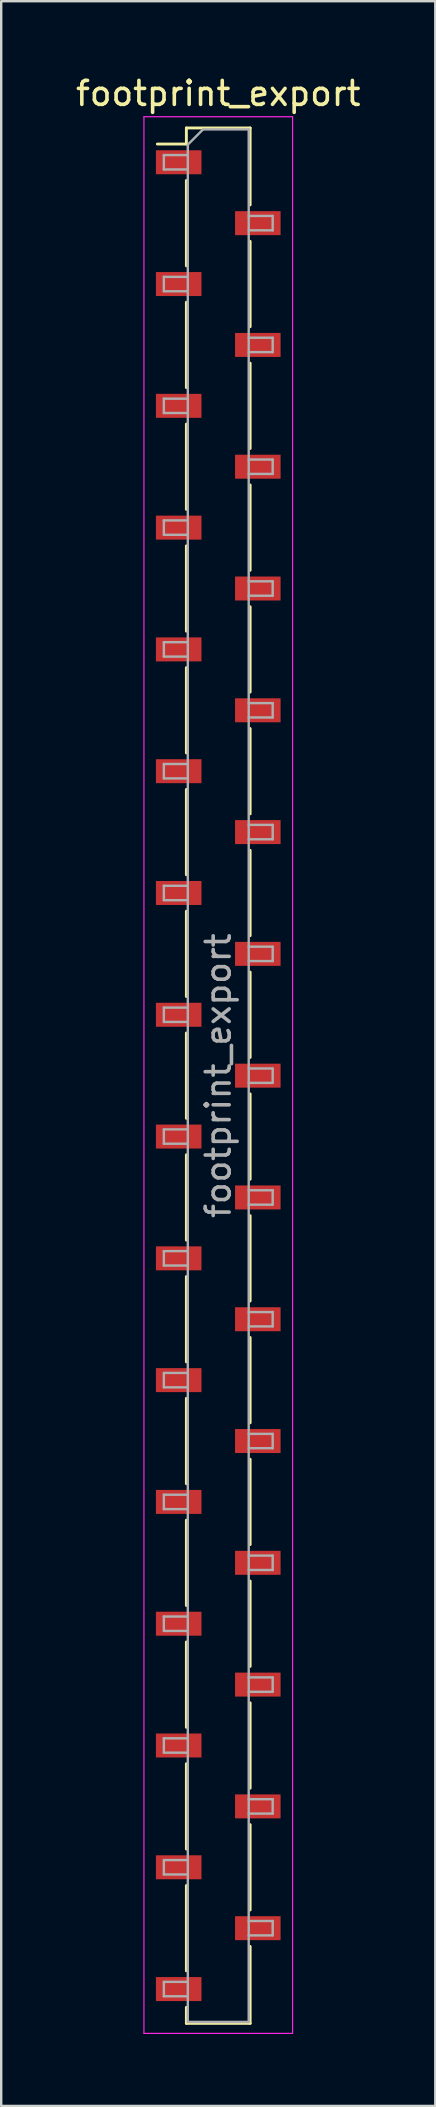
<source format=kicad_pcb>
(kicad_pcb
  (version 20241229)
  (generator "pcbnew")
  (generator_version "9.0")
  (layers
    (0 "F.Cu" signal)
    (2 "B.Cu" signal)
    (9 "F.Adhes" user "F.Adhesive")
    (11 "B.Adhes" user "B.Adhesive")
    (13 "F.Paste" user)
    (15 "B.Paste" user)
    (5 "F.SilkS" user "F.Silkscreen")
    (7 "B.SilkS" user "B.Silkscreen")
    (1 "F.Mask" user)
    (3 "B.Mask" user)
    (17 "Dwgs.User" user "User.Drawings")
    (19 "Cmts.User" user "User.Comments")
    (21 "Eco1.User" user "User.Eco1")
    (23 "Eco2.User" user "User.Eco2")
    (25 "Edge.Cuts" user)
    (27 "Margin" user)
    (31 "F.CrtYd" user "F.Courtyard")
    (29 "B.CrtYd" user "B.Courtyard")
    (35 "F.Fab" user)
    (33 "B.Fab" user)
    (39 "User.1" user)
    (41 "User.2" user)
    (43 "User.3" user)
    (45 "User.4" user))
  (footprint "footprint_export"
    (layer "F.Cu")
    (at 6.054 41.818)
    (property "Reference" "footprint_export" (at 0 -40.97 0) (layer "F.SilkS") (effects (font (size 1 1) (thickness 0.15))))
    (attr smd)
    (fp_line (start -2.54 -38.86) (end -1.33 -38.86) (stroke (width 0.12) (type solid)) (layer "F.SilkS"))
    (fp_line (start -1.33 -39.53) (end -1.33 -38.86) (stroke (width 0.12) (type solid)) (layer "F.SilkS"))
    (fp_line (start -1.33 -39.53) (end 1.33 -39.53) (stroke (width 0.12) (type solid)) (layer "F.SilkS"))
    (fp_line (start -1.33 -37.34) (end -1.33 -33.78) (stroke (width 0.12) (type solid)) (layer "F.SilkS"))
    (fp_line (start -1.33 -32.26) (end -1.33 -28.7) (stroke (width 0.12) (type solid)) (layer "F.SilkS"))
    (fp_line (start -1.33 -27.18) (end -1.33 -23.62) (stroke (width 0.12) (type solid)) (layer "F.SilkS"))
    (fp_line (start -1.33 -22.1) (end -1.33 -18.54) (stroke (width 0.12) (type solid)) (layer "F.SilkS"))
    (fp_line (start -1.33 -17.02) (end -1.33 -13.46) (stroke (width 0.12) (type solid)) (layer "F.SilkS"))
    (fp_line (start -1.33 -11.94) (end -1.33 -8.38) (stroke (width 0.12) (type solid)) (layer "F.SilkS"))
    (fp_line (start -1.33 -6.86) (end -1.33 -3.3) (stroke (width 0.12) (type solid)) (layer "F.SilkS"))
    (fp_line (start -1.33 -1.78) (end -1.33 1.78) (stroke (width 0.12) (type solid)) (layer "F.SilkS"))
    (fp_line (start -1.33 3.3) (end -1.33 6.86) (stroke (width 0.12) (type solid)) (layer "F.SilkS"))
    (fp_line (start -1.33 8.38) (end -1.33 11.94) (stroke (width 0.12) (type solid)) (layer "F.SilkS"))
    (fp_line (start -1.33 13.46) (end -1.33 17.02) (stroke (width 0.12) (type solid)) (layer "F.SilkS"))
    (fp_line (start -1.33 18.54) (end -1.33 22.1) (stroke (width 0.12) (type solid)) (layer "F.SilkS"))
    (fp_line (start -1.33 23.62) (end -1.33 27.18) (stroke (width 0.12) (type solid)) (layer "F.SilkS"))
    (fp_line (start -1.33 28.7) (end -1.33 32.26) (stroke (width 0.12) (type solid)) (layer "F.SilkS"))
    (fp_line (start -1.33 33.78) (end -1.33 37.34) (stroke (width 0.12) (type solid)) (layer "F.SilkS"))
    (fp_line (start -1.33 38.86) (end -1.33 39.53) (stroke (width 0.12) (type solid)) (layer "F.SilkS"))
    (fp_line (start -1.33 39.53) (end 1.33 39.53) (stroke (width 0.12) (type solid)) (layer "F.SilkS"))
    (fp_line (start 1.33 -39.53) (end 1.33 -36.32) (stroke (width 0.12) (type solid)) (layer "F.SilkS"))
    (fp_line (start 1.33 -34.8) (end 1.33 -31.24) (stroke (width 0.12) (type solid)) (layer "F.SilkS"))
    (fp_line (start 1.33 -29.72) (end 1.33 -26.16) (stroke (width 0.12) (type solid)) (layer "F.SilkS"))
    (fp_line (start 1.33 -24.64) (end 1.33 -21.08) (stroke (width 0.12) (type solid)) (layer "F.SilkS"))
    (fp_line (start 1.33 -19.56) (end 1.33 -16) (stroke (width 0.12) (type solid)) (layer "F.SilkS"))
    (fp_line (start 1.33 -14.48) (end 1.33 -10.92) (stroke (width 0.12) (type solid)) (layer "F.SilkS"))
    (fp_line (start 1.33 -9.4) (end 1.33 -5.84) (stroke (width 0.12) (type solid)) (layer "F.SilkS"))
    (fp_line (start 1.33 -4.32) (end 1.33 -0.76) (stroke (width 0.12) (type solid)) (layer "F.SilkS"))
    (fp_line (start 1.33 0.76) (end 1.33 4.32) (stroke (width 0.12) (type solid)) (layer "F.SilkS"))
    (fp_line (start 1.33 5.84) (end 1.33 9.4) (stroke (width 0.12) (type solid)) (layer "F.SilkS"))
    (fp_line (start 1.33 10.92) (end 1.33 14.48) (stroke (width 0.12) (type solid)) (layer "F.SilkS"))
    (fp_line (start 1.33 16) (end 1.33 19.56) (stroke (width 0.12) (type solid)) (layer "F.SilkS"))
    (fp_line (start 1.33 21.08) (end 1.33 24.64) (stroke (width 0.12) (type solid)) (layer "F.SilkS"))
    (fp_line (start 1.33 26.16) (end 1.33 29.72) (stroke (width 0.12) (type solid)) (layer "F.SilkS"))
    (fp_line (start 1.33 31.24) (end 1.33 34.8) (stroke (width 0.12) (type solid)) (layer "F.SilkS"))
    (fp_line (start 1.33 36.32) (end 1.33 39.53) (stroke (width 0.12) (type solid)) (layer "F.SilkS"))
    (fp_line (start -3.1 -40) (end 3.1 -40) (stroke (width 0.05) (type solid)) (layer "F.CrtYd"))
    (fp_line (start -3.1 39.95) (end -3.1 -40) (stroke (width 0.05) (type solid)) (layer "F.CrtYd"))
    (fp_line (start 3.1 -40) (end 3.1 39.95) (stroke (width 0.05) (type solid)) (layer "F.CrtYd"))
    (fp_line (start 3.1 39.95) (end -3.1 39.95) (stroke (width 0.05) (type solid)) (layer "F.CrtYd"))
    (fp_line (start -2.27 -38.4) (end -1.27 -38.4) (stroke (width 0.1) (type solid)) (layer "F.Fab"))
    (fp_line (start -2.27 -37.8) (end -2.27 -38.4) (stroke (width 0.1) (type solid)) (layer "F.Fab"))
    (fp_line (start -2.27 -33.32) (end -1.27 -33.32) (stroke (width 0.1) (type solid)) (layer "F.Fab"))
    (fp_line (start -2.27 -32.72) (end -2.27 -33.32) (stroke (width 0.1) (type solid)) (layer "F.Fab"))
    (fp_line (start -2.27 -28.24) (end -1.27 -28.24) (stroke (width 0.1) (type solid)) (layer "F.Fab"))
    (fp_line (start -2.27 -27.64) (end -2.27 -28.24) (stroke (width 0.1) (type solid)) (layer "F.Fab"))
    (fp_line (start -2.27 -23.16) (end -1.27 -23.16) (stroke (width 0.1) (type solid)) (layer "F.Fab"))
    (fp_line (start -2.27 -22.56) (end -2.27 -23.16) (stroke (width 0.1) (type solid)) (layer "F.Fab"))
    (fp_line (start -2.27 -18.08) (end -1.27 -18.08) (stroke (width 0.1) (type solid)) (layer "F.Fab"))
    (fp_line (start -2.27 -17.48) (end -2.27 -18.08) (stroke (width 0.1) (type solid)) (layer "F.Fab"))
    (fp_line (start -2.27 -13) (end -1.27 -13) (stroke (width 0.1) (type solid)) (layer "F.Fab"))
    (fp_line (start -2.27 -12.4) (end -2.27 -13) (stroke (width 0.1) (type solid)) (layer "F.Fab"))
    (fp_line (start -2.27 -7.92) (end -1.27 -7.92) (stroke (width 0.1) (type solid)) (layer "F.Fab"))
    (fp_line (start -2.27 -7.32) (end -2.27 -7.92) (stroke (width 0.1) (type solid)) (layer "F.Fab"))
    (fp_line (start -2.27 -2.84) (end -1.27 -2.84) (stroke (width 0.1) (type solid)) (layer "F.Fab"))
    (fp_line (start -2.27 -2.24) (end -2.27 -2.84) (stroke (width 0.1) (type solid)) (layer "F.Fab"))
    (fp_line (start -2.27 2.24) (end -1.27 2.24) (stroke (width 0.1) (type solid)) (layer "F.Fab"))
    (fp_line (start -2.27 2.84) (end -2.27 2.24) (stroke (width 0.1) (type solid)) (layer "F.Fab"))
    (fp_line (start -2.27 7.32) (end -1.27 7.32) (stroke (width 0.1) (type solid)) (layer "F.Fab"))
    (fp_line (start -2.27 7.92) (end -2.27 7.32) (stroke (width 0.1) (type solid)) (layer "F.Fab"))
    (fp_line (start -2.27 12.4) (end -1.27 12.4) (stroke (width 0.1) (type solid)) (layer "F.Fab"))
    (fp_line (start -2.27 13) (end -2.27 12.4) (stroke (width 0.1) (type solid)) (layer "F.Fab"))
    (fp_line (start -2.27 17.48) (end -1.27 17.48) (stroke (width 0.1) (type solid)) (layer "F.Fab"))
    (fp_line (start -2.27 18.08) (end -2.27 17.48) (stroke (width 0.1) (type solid)) (layer "F.Fab"))
    (fp_line (start -2.27 22.56) (end -1.27 22.56) (stroke (width 0.1) (type solid)) (layer "F.Fab"))
    (fp_line (start -2.27 23.16) (end -2.27 22.56) (stroke (width 0.1) (type solid)) (layer "F.Fab"))
    (fp_line (start -2.27 27.64) (end -1.27 27.64) (stroke (width 0.1) (type solid)) (layer "F.Fab"))
    (fp_line (start -2.27 28.24) (end -2.27 27.64) (stroke (width 0.1) (type solid)) (layer "F.Fab"))
    (fp_line (start -2.27 32.72) (end -1.27 32.72) (stroke (width 0.1) (type solid)) (layer "F.Fab"))
    (fp_line (start -2.27 33.32) (end -2.27 32.72) (stroke (width 0.1) (type solid)) (layer "F.Fab"))
    (fp_line (start -2.27 37.8) (end -1.27 37.8) (stroke (width 0.1) (type solid)) (layer "F.Fab"))
    (fp_line (start -2.27 38.4) (end -2.27 37.8) (stroke (width 0.1) (type solid)) (layer "F.Fab"))
    (fp_line (start -1.27 -38.835) (end -0.635 -39.47) (stroke (width 0.1) (type solid)) (layer "F.Fab"))
    (fp_line (start -1.27 -37.8) (end -2.27 -37.8) (stroke (width 0.1) (type solid)) (layer "F.Fab"))
    (fp_line (start -1.27 -32.72) (end -2.27 -32.72) (stroke (width 0.1) (type solid)) (layer "F.Fab"))
    (fp_line (start -1.27 -27.64) (end -2.27 -27.64) (stroke (width 0.1) (type solid)) (layer "F.Fab"))
    (fp_line (start -1.27 -22.56) (end -2.27 -22.56) (stroke (width 0.1) (type solid)) (layer "F.Fab"))
    (fp_line (start -1.27 -17.48) (end -2.27 -17.48) (stroke (width 0.1) (type solid)) (layer "F.Fab"))
    (fp_line (start -1.27 -12.4) (end -2.27 -12.4) (stroke (width 0.1) (type solid)) (layer "F.Fab"))
    (fp_line (start -1.27 -7.32) (end -2.27 -7.32) (stroke (width 0.1) (type solid)) (layer "F.Fab"))
    (fp_line (start -1.27 -2.24) (end -2.27 -2.24) (stroke (width 0.1) (type solid)) (layer "F.Fab"))
    (fp_line (start -1.27 2.84) (end -2.27 2.84) (stroke (width 0.1) (type solid)) (layer "F.Fab"))
    (fp_line (start -1.27 7.92) (end -2.27 7.92) (stroke (width 0.1) (type solid)) (layer "F.Fab"))
    (fp_line (start -1.27 13) (end -2.27 13) (stroke (width 0.1) (type solid)) (layer "F.Fab"))
    (fp_line (start -1.27 18.08) (end -2.27 18.08) (stroke (width 0.1) (type solid)) (layer "F.Fab"))
    (fp_line (start -1.27 23.16) (end -2.27 23.16) (stroke (width 0.1) (type solid)) (layer "F.Fab"))
    (fp_line (start -1.27 28.24) (end -2.27 28.24) (stroke (width 0.1) (type solid)) (layer "F.Fab"))
    (fp_line (start -1.27 33.32) (end -2.27 33.32) (stroke (width 0.1) (type solid)) (layer "F.Fab"))
    (fp_line (start -1.27 38.4) (end -2.27 38.4) (stroke (width 0.1) (type solid)) (layer "F.Fab"))
    (fp_line (start -1.27 39.47) (end -1.27 -38.835) (stroke (width 0.1) (type solid)) (layer "F.Fab"))
    (fp_line (start -0.635 -39.47) (end 1.27 -39.47) (stroke (width 0.1) (type solid)) (layer "F.Fab"))
    (fp_line (start 1.27 -39.47) (end 1.27 39.47) (stroke (width 0.1) (type solid)) (layer "F.Fab"))
    (fp_line (start 1.27 -35.86) (end 2.27 -35.86) (stroke (width 0.1) (type solid)) (layer "F.Fab"))
    (fp_line (start 1.27 -30.78) (end 2.27 -30.78) (stroke (width 0.1) (type solid)) (layer "F.Fab"))
    (fp_line (start 1.27 -25.7) (end 2.27 -25.7) (stroke (width 0.1) (type solid)) (layer "F.Fab"))
    (fp_line (start 1.27 -20.62) (end 2.27 -20.62) (stroke (width 0.1) (type solid)) (layer "F.Fab"))
    (fp_line (start 1.27 -15.54) (end 2.27 -15.54) (stroke (width 0.1) (type solid)) (layer "F.Fab"))
    (fp_line (start 1.27 -10.46) (end 2.27 -10.46) (stroke (width 0.1) (type solid)) (layer "F.Fab"))
    (fp_line (start 1.27 -5.38) (end 2.27 -5.38) (stroke (width 0.1) (type solid)) (layer "F.Fab"))
    (fp_line (start 1.27 -0.3) (end 2.27 -0.3) (stroke (width 0.1) (type solid)) (layer "F.Fab"))
    (fp_line (start 1.27 4.78) (end 2.27 4.78) (stroke (width 0.1) (type solid)) (layer "F.Fab"))
    (fp_line (start 1.27 9.86) (end 2.27 9.86) (stroke (width 0.1) (type solid)) (layer "F.Fab"))
    (fp_line (start 1.27 14.94) (end 2.27 14.94) (stroke (width 0.1) (type solid)) (layer "F.Fab"))
    (fp_line (start 1.27 20.02) (end 2.27 20.02) (stroke (width 0.1) (type solid)) (layer "F.Fab"))
    (fp_line (start 1.27 25.1) (end 2.27 25.1) (stroke (width 0.1) (type solid)) (layer "F.Fab"))
    (fp_line (start 1.27 30.18) (end 2.27 30.18) (stroke (width 0.1) (type solid)) (layer "F.Fab"))
    (fp_line (start 1.27 35.26) (end 2.27 35.26) (stroke (width 0.1) (type solid)) (layer "F.Fab"))
    (fp_line (start 1.27 39.47) (end -1.27 39.47) (stroke (width 0.1) (type solid)) (layer "F.Fab"))
    (fp_line (start 2.27 -35.86) (end 2.27 -35.26) (stroke (width 0.1) (type solid)) (layer "F.Fab"))
    (fp_line (start 2.27 -35.26) (end 1.27 -35.26) (stroke (width 0.1) (type solid)) (layer "F.Fab"))
    (fp_line (start 2.27 -30.78) (end 2.27 -30.18) (stroke (width 0.1) (type solid)) (layer "F.Fab"))
    (fp_line (start 2.27 -30.18) (end 1.27 -30.18) (stroke (width 0.1) (type solid)) (layer "F.Fab"))
    (fp_line (start 2.27 -25.7) (end 2.27 -25.1) (stroke (width 0.1) (type solid)) (layer "F.Fab"))
    (fp_line (start 2.27 -25.1) (end 1.27 -25.1) (stroke (width 0.1) (type solid)) (layer "F.Fab"))
    (fp_line (start 2.27 -20.62) (end 2.27 -20.02) (stroke (width 0.1) (type solid)) (layer "F.Fab"))
    (fp_line (start 2.27 -20.02) (end 1.27 -20.02) (stroke (width 0.1) (type solid)) (layer "F.Fab"))
    (fp_line (start 2.27 -15.54) (end 2.27 -14.94) (stroke (width 0.1) (type solid)) (layer "F.Fab"))
    (fp_line (start 2.27 -14.94) (end 1.27 -14.94) (stroke (width 0.1) (type solid)) (layer "F.Fab"))
    (fp_line (start 2.27 -10.46) (end 2.27 -9.86) (stroke (width 0.1) (type solid)) (layer "F.Fab"))
    (fp_line (start 2.27 -9.86) (end 1.27 -9.86) (stroke (width 0.1) (type solid)) (layer "F.Fab"))
    (fp_line (start 2.27 -5.38) (end 2.27 -4.78) (stroke (width 0.1) (type solid)) (layer "F.Fab"))
    (fp_line (start 2.27 -4.78) (end 1.27 -4.78) (stroke (width 0.1) (type solid)) (layer "F.Fab"))
    (fp_line (start 2.27 -0.3) (end 2.27 0.3) (stroke (width 0.1) (type solid)) (layer "F.Fab"))
    (fp_line (start 2.27 0.3) (end 1.27 0.3) (stroke (width 0.1) (type solid)) (layer "F.Fab"))
    (fp_line (start 2.27 4.78) (end 2.27 5.38) (stroke (width 0.1) (type solid)) (layer "F.Fab"))
    (fp_line (start 2.27 5.38) (end 1.27 5.38) (stroke (width 0.1) (type solid)) (layer "F.Fab"))
    (fp_line (start 2.27 9.86) (end 2.27 10.46) (stroke (width 0.1) (type solid)) (layer "F.Fab"))
    (fp_line (start 2.27 10.46) (end 1.27 10.46) (stroke (width 0.1) (type solid)) (layer "F.Fab"))
    (fp_line (start 2.27 14.94) (end 2.27 15.54) (stroke (width 0.1) (type solid)) (layer "F.Fab"))
    (fp_line (start 2.27 15.54) (end 1.27 15.54) (stroke (width 0.1) (type solid)) (layer "F.Fab"))
    (fp_line (start 2.27 20.02) (end 2.27 20.62) (stroke (width 0.1) (type solid)) (layer "F.Fab"))
    (fp_line (start 2.27 20.62) (end 1.27 20.62) (stroke (width 0.1) (type solid)) (layer "F.Fab"))
    (fp_line (start 2.27 25.1) (end 2.27 25.7) (stroke (width 0.1) (type solid)) (layer "F.Fab"))
    (fp_line (start 2.27 25.7) (end 1.27 25.7) (stroke (width 0.1) (type solid)) (layer "F.Fab"))
    (fp_line (start 2.27 30.18) (end 2.27 30.78) (stroke (width 0.1) (type solid)) (layer "F.Fab"))
    (fp_line (start 2.27 30.78) (end 1.27 30.78) (stroke (width 0.1) (type solid)) (layer "F.Fab"))
    (fp_line (start 2.27 35.26) (end 2.27 35.86) (stroke (width 0.1) (type solid)) (layer "F.Fab"))
    (fp_line (start 2.27 35.86) (end 1.27 35.86) (stroke (width 0.1) (type solid)) (layer "F.Fab"))
    (fp_text user "${REFERENCE}" (at 0 0 90) (layer "F.Fab") (effects (font (size 1 1) (thickness 0.15))))
    (pad "1" smd rect (at -1.65 -38.1) (size 1.9 1) (layers "F.Cu" "F.Mask" "F.Paste"))
    (pad "2" smd rect (at 1.65 -35.56) (size 1.9 1) (layers "F.Cu" "F.Mask" "F.Paste"))
    (pad "3" smd rect (at -1.65 -33.02) (size 1.9 1) (layers "F.Cu" "F.Mask" "F.Paste"))
    (pad "4" smd rect (at 1.65 -30.48) (size 1.9 1) (layers "F.Cu" "F.Mask" "F.Paste"))
    (pad "5" smd rect (at -1.65 -27.94) (size 1.9 1) (layers "F.Cu" "F.Mask" "F.Paste"))
    (pad "6" smd rect (at 1.65 -25.4) (size 1.9 1) (layers "F.Cu" "F.Mask" "F.Paste"))
    (pad "7" smd rect (at -1.65 -22.86) (size 1.9 1) (layers "F.Cu" "F.Mask" "F.Paste"))
    (pad "8" smd rect (at 1.65 -20.32) (size 1.9 1) (layers "F.Cu" "F.Mask" "F.Paste"))
    (pad "9" smd rect (at -1.65 -17.78) (size 1.9 1) (layers "F.Cu" "F.Mask" "F.Paste"))
    (pad "10" smd rect (at 1.65 -15.24) (size 1.9 1) (layers "F.Cu" "F.Mask" "F.Paste"))
    (pad "11" smd rect (at -1.65 -12.7) (size 1.9 1) (layers "F.Cu" "F.Mask" "F.Paste"))
    (pad "12" smd rect (at 1.65 -10.16) (size 1.9 1) (layers "F.Cu" "F.Mask" "F.Paste"))
    (pad "13" smd rect (at -1.65 -7.62) (size 1.9 1) (layers "F.Cu" "F.Mask" "F.Paste"))
    (pad "14" smd rect (at 1.65 -5.08) (size 1.9 1) (layers "F.Cu" "F.Mask" "F.Paste"))
    (pad "15" smd rect (at -1.65 -2.54) (size 1.9 1) (layers "F.Cu" "F.Mask" "F.Paste"))
    (pad "16" smd rect (at 1.65 0) (size 1.9 1) (layers "F.Cu" "F.Mask" "F.Paste"))
    (pad "17" smd rect (at -1.65 2.54) (size 1.9 1) (layers "F.Cu" "F.Mask" "F.Paste"))
    (pad "18" smd rect (at 1.65 5.08) (size 1.9 1) (layers "F.Cu" "F.Mask" "F.Paste"))
    (pad "19" smd rect (at -1.65 7.62) (size 1.9 1) (layers "F.Cu" "F.Mask" "F.Paste"))
    (pad "20" smd rect (at 1.65 10.16) (size 1.9 1) (layers "F.Cu" "F.Mask" "F.Paste"))
    (pad "21" smd rect (at -1.65 12.7) (size 1.9 1) (layers "F.Cu" "F.Mask" "F.Paste"))
    (pad "22" smd rect (at 1.65 15.24) (size 1.9 1) (layers "F.Cu" "F.Mask" "F.Paste"))
    (pad "23" smd rect (at -1.65 17.78) (size 1.9 1) (layers "F.Cu" "F.Mask" "F.Paste"))
    (pad "24" smd rect (at 1.65 20.32) (size 1.9 1) (layers "F.Cu" "F.Mask" "F.Paste"))
    (pad "25" smd rect (at -1.65 22.86) (size 1.9 1) (layers "F.Cu" "F.Mask" "F.Paste"))
    (pad "26" smd rect (at 1.65 25.4) (size 1.9 1) (layers "F.Cu" "F.Mask" "F.Paste"))
    (pad "27" smd rect (at -1.65 27.94) (size 1.9 1) (layers "F.Cu" "F.Mask" "F.Paste"))
    (pad "28" smd rect (at 1.65 30.48) (size 1.9 1) (layers "F.Cu" "F.Mask" "F.Paste"))
    (pad "29" smd rect (at -1.65 33.02) (size 1.9 1) (layers "F.Cu" "F.Mask" "F.Paste"))
    (pad "30" smd rect (at 1.65 35.56) (size 1.9 1) (layers "F.Cu" "F.Mask" "F.Paste"))
    (pad "31" smd rect (at -1.65 38.1) (size 1.9 1) (layers "F.Cu" "F.Mask" "F.Paste")))
  (gr_rect
    (start -3 -3)
    (end 15.107 84.793)
    (stroke (width 0.1) (type default))
    (fill no)
    (layer "Edge.Cuts")))
</source>
